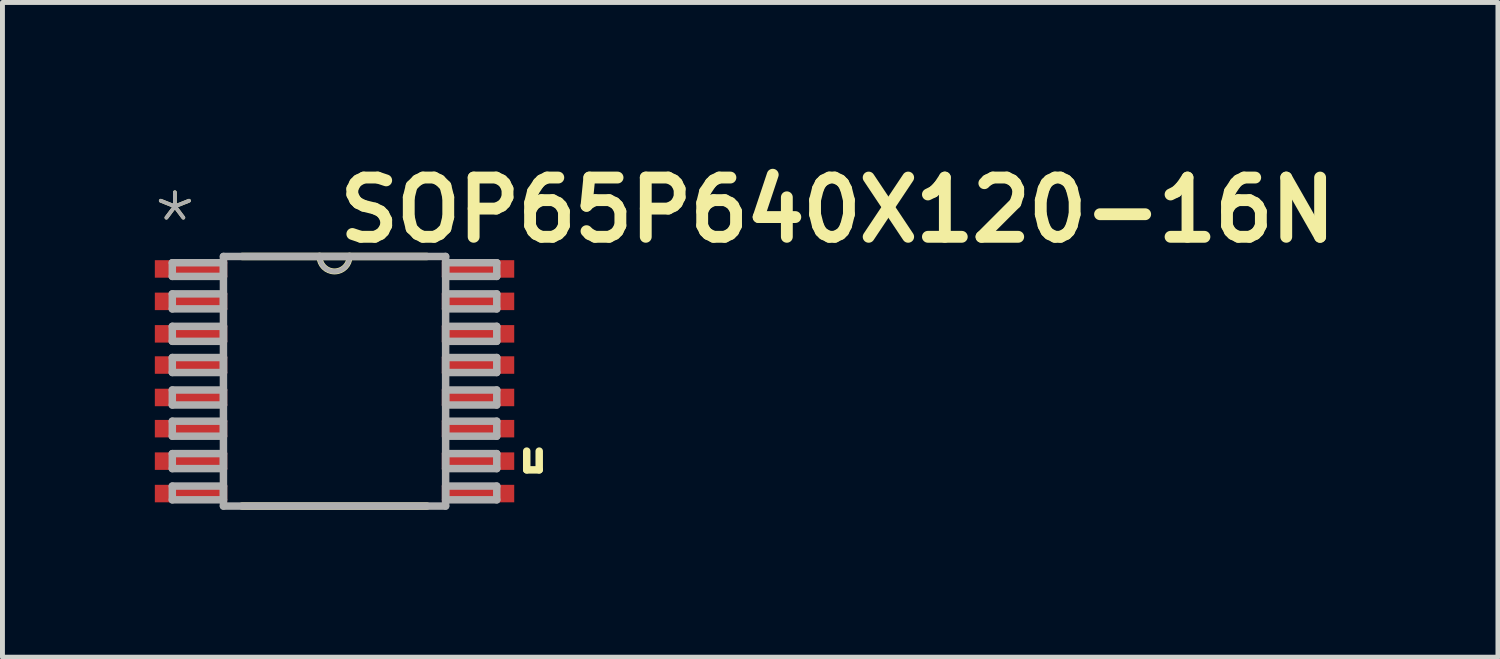
<source format=kicad_pcb>
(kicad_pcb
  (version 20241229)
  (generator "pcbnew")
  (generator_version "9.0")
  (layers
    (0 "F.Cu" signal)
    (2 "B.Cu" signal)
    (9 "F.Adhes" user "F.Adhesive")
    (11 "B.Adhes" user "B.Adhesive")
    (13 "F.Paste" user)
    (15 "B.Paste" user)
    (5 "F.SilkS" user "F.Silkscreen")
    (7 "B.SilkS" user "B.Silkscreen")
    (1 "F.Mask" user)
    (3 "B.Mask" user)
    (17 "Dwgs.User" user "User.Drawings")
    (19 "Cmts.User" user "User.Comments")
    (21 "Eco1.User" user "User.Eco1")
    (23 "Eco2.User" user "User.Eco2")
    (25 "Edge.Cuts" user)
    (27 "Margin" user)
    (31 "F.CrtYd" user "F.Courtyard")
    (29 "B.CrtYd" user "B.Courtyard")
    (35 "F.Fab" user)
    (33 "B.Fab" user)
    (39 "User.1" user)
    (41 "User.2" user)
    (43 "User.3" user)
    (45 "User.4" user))
  (footprint "SOP65P640X120-16N"
    (layer "F.Cu")
    (at 3.759 4.71)
    (property "Reference" "SOP65P640X120-16N" (at -0.026 -2.78 0) (layer "F.SilkS") (effects (font (size 1.206 1.206) (thickness 0.241)) (justify left bottom)))
    (attr through_hole)
    (fp_line (start -1.88 2.54) (end 1.88 2.54) (stroke (width 0.152) (type solid)) (layer "F.SilkS"))
    (fp_line (start -0.305 -2.54) (end -1.88 -2.54) (stroke (width 0.152) (type solid)) (layer "F.SilkS"))
    (fp_line (start 0.305 -2.54) (end -0.305 -2.54) (stroke (width 0.152) (type solid)) (layer "F.SilkS"))
    (fp_line (start 1.88 -2.54) (end 0.305 -2.54) (stroke (width 0.152) (type solid)) (layer "F.SilkS"))
    (fp_line (start 3.912 1.803) (end 3.912 1.422) (stroke (width 0.152) (type solid)) (layer "F.SilkS"))
    (fp_line (start 4.166 1.422) (end 4.166 1.803) (stroke (width 0.152) (type solid)) (layer "F.SilkS"))
    (fp_line (start 4.166 1.803) (end 3.912 1.803) (stroke (width 0.152) (type solid)) (layer "F.SilkS"))
    (fp_arc (start 0.3048 -2.54) (mid 0 -2.2352) (end -0.3048 -2.54) (stroke (width 0.12) (type solid)) (layer "F.SilkS"))
    (fp_line (start -3.302 -2.413) (end -3.302 -2.134) (stroke (width 0.152) (type solid)) (layer "F.Fab"))
    (fp_line (start -3.302 -2.134) (end -2.261 -2.134) (stroke (width 0.152) (type solid)) (layer "F.Fab"))
    (fp_line (start -3.302 -1.778) (end -3.302 -1.473) (stroke (width 0.152) (type solid)) (layer "F.Fab"))
    (fp_line (start -3.302 -1.473) (end -2.261 -1.473) (stroke (width 0.152) (type solid)) (layer "F.Fab"))
    (fp_line (start -3.302 -1.118) (end -3.302 -0.813) (stroke (width 0.152) (type solid)) (layer "F.Fab"))
    (fp_line (start -3.302 -0.813) (end -2.261 -0.813) (stroke (width 0.152) (type solid)) (layer "F.Fab"))
    (fp_line (start -3.302 -0.483) (end -3.302 -0.178) (stroke (width 0.152) (type solid)) (layer "F.Fab"))
    (fp_line (start -3.302 -0.178) (end -2.261 -0.178) (stroke (width 0.152) (type solid)) (layer "F.Fab"))
    (fp_line (start -3.302 0.178) (end -3.302 0.483) (stroke (width 0.152) (type solid)) (layer "F.Fab"))
    (fp_line (start -3.302 0.483) (end -2.261 0.483) (stroke (width 0.152) (type solid)) (layer "F.Fab"))
    (fp_line (start -3.302 0.813) (end -3.302 1.118) (stroke (width 0.152) (type solid)) (layer "F.Fab"))
    (fp_line (start -3.302 1.118) (end -2.261 1.118) (stroke (width 0.152) (type solid)) (layer "F.Fab"))
    (fp_line (start -3.302 1.473) (end -3.302 1.778) (stroke (width 0.152) (type solid)) (layer "F.Fab"))
    (fp_line (start -3.302 1.778) (end -2.261 1.778) (stroke (width 0.152) (type solid)) (layer "F.Fab"))
    (fp_line (start -3.302 2.134) (end -3.302 2.413) (stroke (width 0.152) (type solid)) (layer "F.Fab"))
    (fp_line (start -3.302 2.413) (end -2.261 2.413) (stroke (width 0.152) (type solid)) (layer "F.Fab"))
    (fp_line (start -2.261 -2.54) (end -2.261 2.54) (stroke (width 0.152) (type solid)) (layer "F.Fab"))
    (fp_line (start -2.261 -2.413) (end -3.302 -2.413) (stroke (width 0.152) (type solid)) (layer "F.Fab"))
    (fp_line (start -2.261 -2.134) (end -2.261 -2.413) (stroke (width 0.152) (type solid)) (layer "F.Fab"))
    (fp_line (start -2.261 -1.778) (end -3.302 -1.778) (stroke (width 0.152) (type solid)) (layer "F.Fab"))
    (fp_line (start -2.261 -1.473) (end -2.261 -1.778) (stroke (width 0.152) (type solid)) (layer "F.Fab"))
    (fp_line (start -2.261 -1.118) (end -3.302 -1.118) (stroke (width 0.152) (type solid)) (layer "F.Fab"))
    (fp_line (start -2.261 -0.813) (end -2.261 -1.118) (stroke (width 0.152) (type solid)) (layer "F.Fab"))
    (fp_line (start -2.261 -0.483) (end -3.302 -0.483) (stroke (width 0.152) (type solid)) (layer "F.Fab"))
    (fp_line (start -2.261 -0.178) (end -2.261 -0.483) (stroke (width 0.152) (type solid)) (layer "F.Fab"))
    (fp_line (start -2.261 0.178) (end -3.302 0.178) (stroke (width 0.152) (type solid)) (layer "F.Fab"))
    (fp_line (start -2.261 0.483) (end -2.261 0.178) (stroke (width 0.152) (type solid)) (layer "F.Fab"))
    (fp_line (start -2.261 0.813) (end -3.302 0.813) (stroke (width 0.152) (type solid)) (layer "F.Fab"))
    (fp_line (start -2.261 1.118) (end -2.261 0.813) (stroke (width 0.152) (type solid)) (layer "F.Fab"))
    (fp_line (start -2.261 1.473) (end -3.302 1.473) (stroke (width 0.152) (type solid)) (layer "F.Fab"))
    (fp_line (start -2.261 1.778) (end -2.261 1.473) (stroke (width 0.152) (type solid)) (layer "F.Fab"))
    (fp_line (start -2.261 2.134) (end -3.302 2.134) (stroke (width 0.152) (type solid)) (layer "F.Fab"))
    (fp_line (start -2.261 2.413) (end -2.261 2.134) (stroke (width 0.152) (type solid)) (layer "F.Fab"))
    (fp_line (start -2.261 2.54) (end 2.261 2.54) (stroke (width 0.152) (type solid)) (layer "F.Fab"))
    (fp_line (start -0.305 -2.54) (end -2.261 -2.54) (stroke (width 0.152) (type solid)) (layer "F.Fab"))
    (fp_line (start 0.305 -2.54) (end -0.305 -2.54) (stroke (width 0.152) (type solid)) (layer "F.Fab"))
    (fp_line (start 2.261 -2.54) (end 0.305 -2.54) (stroke (width 0.152) (type solid)) (layer "F.Fab"))
    (fp_line (start 2.261 -2.413) (end 2.261 -2.134) (stroke (width 0.152) (type solid)) (layer "F.Fab"))
    (fp_line (start 2.261 -2.134) (end 3.302 -2.134) (stroke (width 0.152) (type solid)) (layer "F.Fab"))
    (fp_line (start 2.261 -1.778) (end 2.261 -1.473) (stroke (width 0.152) (type solid)) (layer "F.Fab"))
    (fp_line (start 2.261 -1.473) (end 3.302 -1.473) (stroke (width 0.152) (type solid)) (layer "F.Fab"))
    (fp_line (start 2.261 -1.118) (end 2.261 -0.813) (stroke (width 0.152) (type solid)) (layer "F.Fab"))
    (fp_line (start 2.261 -0.813) (end 3.302 -0.813) (stroke (width 0.152) (type solid)) (layer "F.Fab"))
    (fp_line (start 2.261 -0.483) (end 2.261 -0.178) (stroke (width 0.152) (type solid)) (layer "F.Fab"))
    (fp_line (start 2.261 -0.178) (end 3.302 -0.178) (stroke (width 0.152) (type solid)) (layer "F.Fab"))
    (fp_line (start 2.261 0.178) (end 2.261 0.483) (stroke (width 0.152) (type solid)) (layer "F.Fab"))
    (fp_line (start 2.261 0.483) (end 3.302 0.483) (stroke (width 0.152) (type solid)) (layer "F.Fab"))
    (fp_line (start 2.261 0.813) (end 2.261 1.118) (stroke (width 0.152) (type solid)) (layer "F.Fab"))
    (fp_line (start 2.261 1.118) (end 3.302 1.118) (stroke (width 0.152) (type solid)) (layer "F.Fab"))
    (fp_line (start 2.261 1.473) (end 2.261 1.778) (stroke (width 0.152) (type solid)) (layer "F.Fab"))
    (fp_line (start 2.261 1.778) (end 3.302 1.778) (stroke (width 0.152) (type solid)) (layer "F.Fab"))
    (fp_line (start 2.261 2.134) (end 2.261 2.413) (stroke (width 0.152) (type solid)) (layer "F.Fab"))
    (fp_line (start 2.261 2.413) (end 3.302 2.413) (stroke (width 0.152) (type solid)) (layer "F.Fab"))
    (fp_line (start 2.261 2.54) (end 2.261 -2.54) (stroke (width 0.152) (type solid)) (layer "F.Fab"))
    (fp_line (start 3.302 -2.413) (end 2.261 -2.413) (stroke (width 0.152) (type solid)) (layer "F.Fab"))
    (fp_line (start 3.302 -2.134) (end 3.302 -2.413) (stroke (width 0.152) (type solid)) (layer "F.Fab"))
    (fp_line (start 3.302 -1.778) (end 2.261 -1.778) (stroke (width 0.152) (type solid)) (layer "F.Fab"))
    (fp_line (start 3.302 -1.473) (end 3.302 -1.778) (stroke (width 0.152) (type solid)) (layer "F.Fab"))
    (fp_line (start 3.302 -1.118) (end 2.261 -1.118) (stroke (width 0.152) (type solid)) (layer "F.Fab"))
    (fp_line (start 3.302 -0.813) (end 3.302 -1.118) (stroke (width 0.152) (type solid)) (layer "F.Fab"))
    (fp_line (start 3.302 -0.483) (end 2.261 -0.483) (stroke (width 0.152) (type solid)) (layer "F.Fab"))
    (fp_line (start 3.302 -0.178) (end 3.302 -0.483) (stroke (width 0.152) (type solid)) (layer "F.Fab"))
    (fp_line (start 3.302 0.178) (end 2.261 0.178) (stroke (width 0.152) (type solid)) (layer "F.Fab"))
    (fp_line (start 3.302 0.483) (end 3.302 0.178) (stroke (width 0.152) (type solid)) (layer "F.Fab"))
    (fp_line (start 3.302 0.813) (end 2.261 0.813) (stroke (width 0.152) (type solid)) (layer "F.Fab"))
    (fp_line (start 3.302 1.118) (end 3.302 0.813) (stroke (width 0.152) (type solid)) (layer "F.Fab"))
    (fp_line (start 3.302 1.473) (end 2.261 1.473) (stroke (width 0.152) (type solid)) (layer "F.Fab"))
    (fp_line (start 3.302 1.778) (end 3.302 1.473) (stroke (width 0.152) (type solid)) (layer "F.Fab"))
    (fp_line (start 3.302 2.134) (end 2.261 2.134) (stroke (width 0.152) (type solid)) (layer "F.Fab"))
    (fp_line (start 3.302 2.413) (end 3.302 2.134) (stroke (width 0.152) (type solid)) (layer "F.Fab"))
    (fp_arc (start 0.3048 -2.54) (mid 0 -2.2352) (end -0.3048 -2.54) (stroke (width 0.1) (type solid)) (layer "F.Fab"))
    (fp_text user "*" (at -3.759 -2.489 0) (layer "F.SilkS") (effects (font (size 1.206 1.206) (thickness 0.076)) (justify left bottom)))
    (fp_text user "*" (at -3.759 -2.489 0) (layer "F.Fab") (effects (font (size 1.206 1.206) (thickness 0.076)) (justify left bottom)))
    (pad "1" smd rect (at -2.921 -2.286) (size 1.473 0.356) (layers "F.Cu" "F.Mask" "F.Paste"))
    (pad "2" smd rect (at -2.921 -1.626) (size 1.473 0.356) (layers "F.Cu" "F.Mask" "F.Paste"))
    (pad "3" smd rect (at -2.921 -0.965) (size 1.473 0.356) (layers "F.Cu" "F.Mask" "F.Paste"))
    (pad "4" smd rect (at -2.921 -0.33) (size 1.473 0.356) (layers "F.Cu" "F.Mask" "F.Paste"))
    (pad "5" smd rect (at -2.921 0.33) (size 1.473 0.356) (layers "F.Cu" "F.Mask" "F.Paste"))
    (pad "6" smd rect (at -2.921 0.965) (size 1.473 0.356) (layers "F.Cu" "F.Mask" "F.Paste"))
    (pad "7" smd rect (at -2.921 1.626) (size 1.473 0.356) (layers "F.Cu" "F.Mask" "F.Paste"))
    (pad "8" smd rect (at -2.921 2.286) (size 1.473 0.356) (layers "F.Cu" "F.Mask" "F.Paste"))
    (pad "9" smd rect (at 2.921 2.286) (size 1.473 0.356) (layers "F.Cu" "F.Mask" "F.Paste"))
    (pad "10" smd rect (at 2.921 1.626) (size 1.473 0.356) (layers "F.Cu" "F.Mask" "F.Paste"))
    (pad "11" smd rect (at 2.921 0.965) (size 1.473 0.356) (layers "F.Cu" "F.Mask" "F.Paste"))
    (pad "12" smd rect (at 2.921 0.33) (size 1.473 0.356) (layers "F.Cu" "F.Mask" "F.Paste"))
    (pad "13" smd rect (at 2.921 -0.33) (size 1.473 0.356) (layers "F.Cu" "F.Mask" "F.Paste"))
    (pad "14" smd rect (at 2.921 -0.965) (size 1.473 0.356) (layers "F.Cu" "F.Mask" "F.Paste"))
    (pad "15" smd rect (at 2.921 -1.626) (size 1.473 0.356) (layers "F.Cu" "F.Mask" "F.Paste"))
    (pad "16" smd rect (at 2.921 -2.286) (size 1.473 0.356) (layers "F.Cu" "F.Mask" "F.Paste")))
  (gr_rect
    (start -3 -3)
    (end 27.439 10.326)
    (stroke (width 0.1) (type default))
    (fill no)
    (layer "Edge.Cuts")))
</source>
